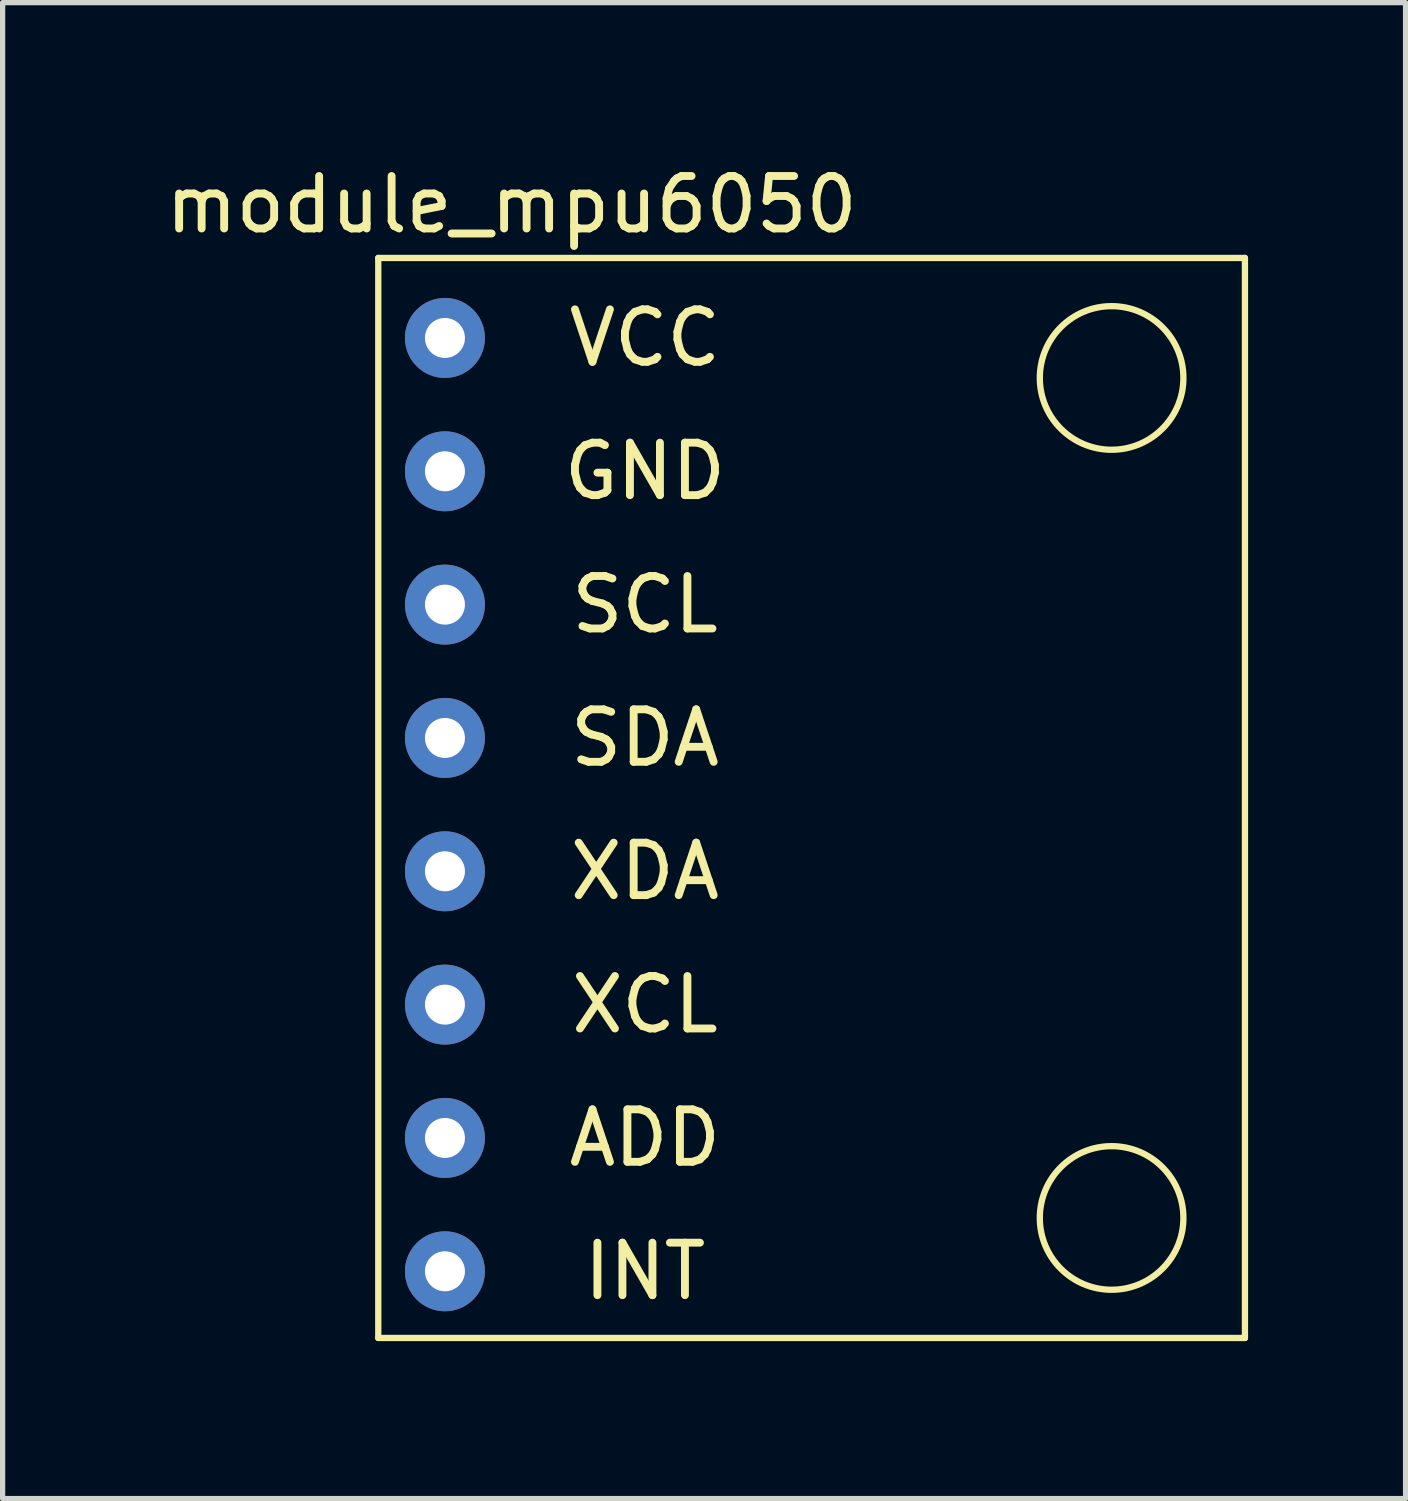
<source format=kicad_pcb>
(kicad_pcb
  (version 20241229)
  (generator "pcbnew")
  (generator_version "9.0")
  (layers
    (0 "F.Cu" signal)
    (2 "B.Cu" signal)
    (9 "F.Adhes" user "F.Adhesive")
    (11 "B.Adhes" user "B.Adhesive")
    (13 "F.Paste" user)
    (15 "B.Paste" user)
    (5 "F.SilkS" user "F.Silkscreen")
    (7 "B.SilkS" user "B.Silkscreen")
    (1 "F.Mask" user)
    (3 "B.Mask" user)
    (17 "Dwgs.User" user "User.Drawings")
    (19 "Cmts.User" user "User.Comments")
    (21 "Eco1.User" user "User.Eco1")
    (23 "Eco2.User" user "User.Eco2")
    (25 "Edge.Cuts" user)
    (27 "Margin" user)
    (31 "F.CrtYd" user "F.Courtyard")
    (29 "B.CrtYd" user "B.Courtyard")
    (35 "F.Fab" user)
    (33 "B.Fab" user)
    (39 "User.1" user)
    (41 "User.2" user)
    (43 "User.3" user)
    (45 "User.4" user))
  (footprint "module_mpu6050"
    (layer "F.Cu")
    (at 5.426 21.168)
    (property "Reference" "module_mpu6050" (at 1.27 -20.32 0) (layer "F.SilkS") (effects (font (size 1 1) (thickness 0.15))))
    (attr through_hole)
    (fp_line (start -1.27 -19.304) (end 15.24 -19.304) (stroke (width 0.12) (type solid)) (layer "F.SilkS"))
    (fp_line (start -1.27 1.27) (end -1.27 -19.304) (stroke (width 0.12) (type solid)) (layer "F.SilkS"))
    (fp_line (start 15.24 -19.304) (end 15.24 1.27) (stroke (width 0.12) (type solid)) (layer "F.SilkS"))
    (fp_line (start 15.24 1.27) (end -1.27 1.27) (stroke (width 0.12) (type solid)) (layer "F.SilkS"))
    (fp_circle (center 12.7 -17.018) (end 13.208 -15.748) (stroke (width 0.12) (type solid)) (fill no) (layer "F.SilkS"))
    (fp_circle (center 12.7 -1.016) (end 13.208 0.254) (stroke (width 0.12) (type solid)) (fill no) (layer "F.SilkS"))
    (fp_text user "XDA" (at 3.81 -7.62 0) (layer "F.SilkS") (effects (font (size 1 1) (thickness 0.15))))
    (fp_text user "ADD" (at 3.81 -2.54 0) (layer "F.SilkS") (effects (font (size 1 1) (thickness 0.15))))
    (fp_text user "INT" (at 3.81 0 0) (layer "F.SilkS") (effects (font (size 1 1) (thickness 0.15))))
    (fp_text user "VCC" (at 3.81 -17.78 0) (layer "F.SilkS") (effects (font (size 1 1) (thickness 0.15))))
    (fp_text user "GND" (at 3.81 -15.24 0) (layer "F.SilkS") (effects (font (size 1 1) (thickness 0.15))))
    (fp_text user "XCL" (at 3.81 -5.08 0) (layer "F.SilkS") (effects (font (size 1 1) (thickness 0.15))))
    (fp_text user "SCL" (at 3.81 -12.7 0) (layer "F.SilkS") (effects (font (size 1 1) (thickness 0.15))))
    (fp_text user "SDA" (at 3.81 -10.16 0) (layer "F.SilkS") (effects (font (size 1 1) (thickness 0.15))))
    (pad "1" thru_hole circle (at 0 -17.78) (size 1.524 1.524) (drill 0.762) (layers "*.Cu" "*.Mask"))
    (pad "2" thru_hole circle (at 0 -15.24) (size 1.524 1.524) (drill 0.762) (layers "*.Cu" "*.Mask"))
    (pad "3" thru_hole circle (at 0 -12.7) (size 1.524 1.524) (drill 0.762) (layers "*.Cu" "*.Mask"))
    (pad "4" thru_hole circle (at 0 -10.16) (size 1.524 1.524) (drill 0.762) (layers "*.Cu" "*.Mask"))
    (pad "5" thru_hole circle (at 0 -7.62) (size 1.524 1.524) (drill 0.762) (layers "*.Cu" "*.Mask"))
    (pad "6" thru_hole circle (at 0 -5.08) (size 1.524 1.524) (drill 0.762) (layers "*.Cu" "*.Mask"))
    (pad "7" thru_hole circle (at 0 -2.54) (size 1.524 1.524) (drill 0.762) (layers "*.Cu" "*.Mask"))
    (pad "8" thru_hole circle (at 0 0) (size 1.524 1.524) (drill 0.762) (layers "*.Cu" "*.Mask")))
  (gr_rect
    (start -3 -3)
    (end 23.726 25.498)
    (stroke (width 0.1) (type default))
    (fill no)
    (layer "Edge.Cuts")))
</source>
